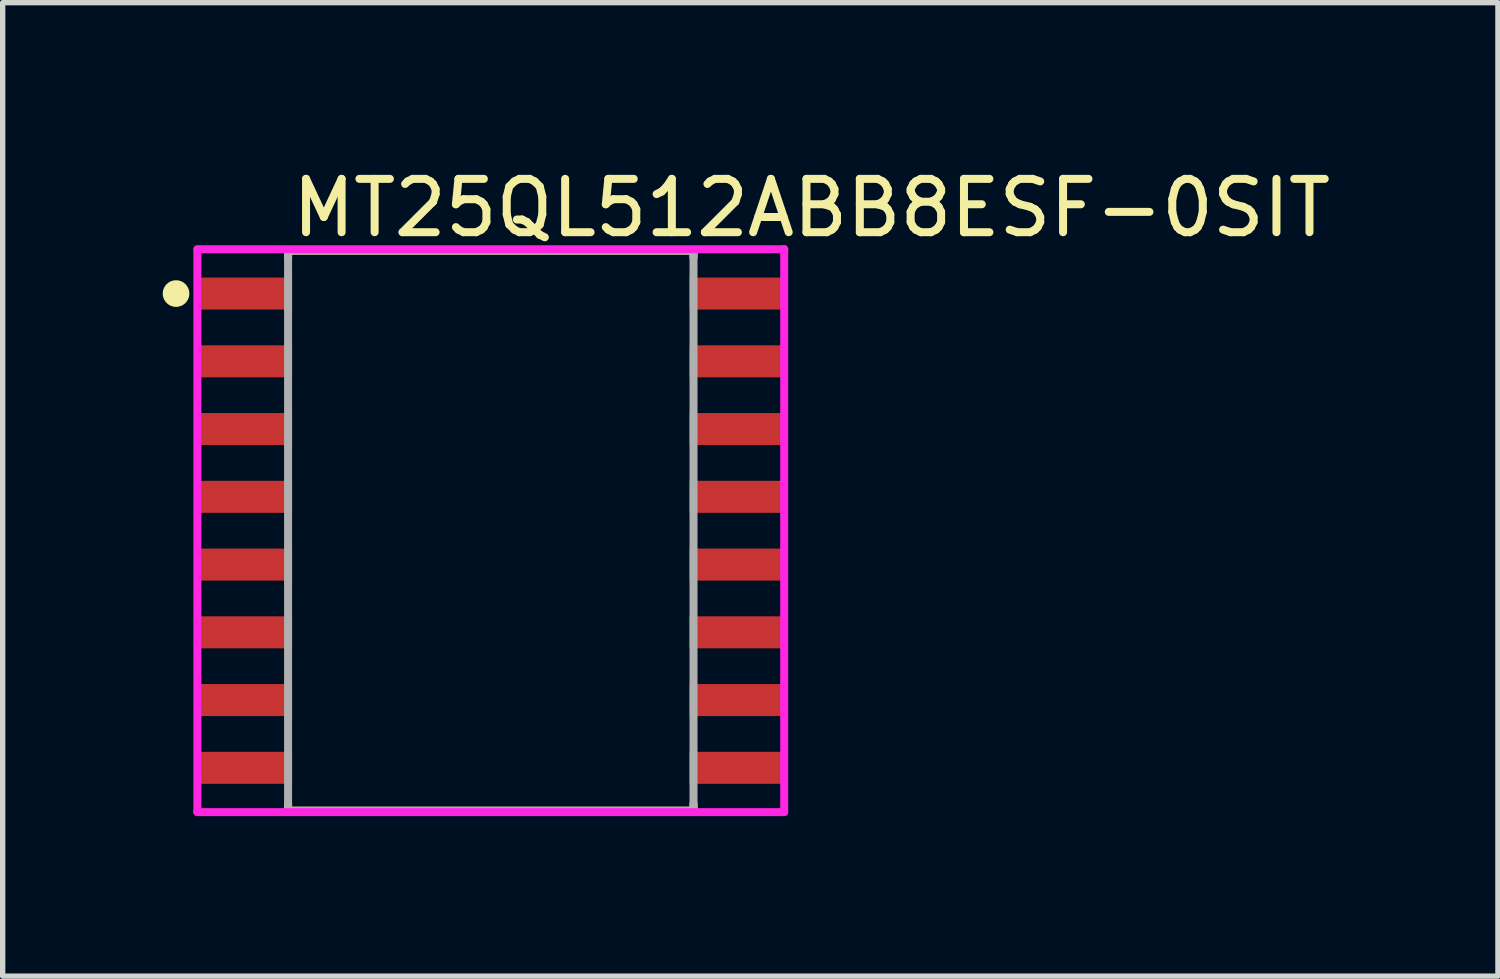
<source format=kicad_pcb>
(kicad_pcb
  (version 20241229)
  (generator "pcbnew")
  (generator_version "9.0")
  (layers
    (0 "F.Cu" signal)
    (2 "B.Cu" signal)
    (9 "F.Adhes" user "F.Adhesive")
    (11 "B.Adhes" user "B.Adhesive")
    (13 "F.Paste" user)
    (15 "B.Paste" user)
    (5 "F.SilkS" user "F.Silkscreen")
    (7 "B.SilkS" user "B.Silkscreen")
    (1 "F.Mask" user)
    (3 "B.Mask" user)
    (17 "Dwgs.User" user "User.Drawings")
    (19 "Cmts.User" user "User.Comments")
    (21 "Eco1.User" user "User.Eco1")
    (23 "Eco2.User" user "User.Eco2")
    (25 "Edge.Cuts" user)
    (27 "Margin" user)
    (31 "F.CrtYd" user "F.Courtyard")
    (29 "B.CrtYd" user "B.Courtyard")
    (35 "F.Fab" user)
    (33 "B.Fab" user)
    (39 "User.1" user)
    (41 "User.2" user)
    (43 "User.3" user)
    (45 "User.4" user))
  (footprint "MT25QL512ABB8ESF-0SIT"
    (layer "F.Cu")
    (at 6.15 6.898)
    (property "Reference" "MT25QL512ABB8ESF-0SIT" (at -3.8 -6.05 0) (layer "F.SilkS") (effects (font (size 1 1) (thickness 0.15)) (justify left)))
    (attr through_hole)
    (fp_line (start -3.8 -5.25) (end 3.8 -5.25) (stroke (width 0.15) (type solid)) (layer "F.SilkS"))
    (fp_line (start -3.8 -5.12) (end -3.8 -5.25) (stroke (width 0.15) (type solid)) (layer "F.SilkS"))
    (fp_line (start -3.8 5.25) (end -3.8 5.12) (stroke (width 0.15) (type solid)) (layer "F.SilkS"))
    (fp_line (start -3.8 5.25) (end 3.8 5.25) (stroke (width 0.15) (type solid)) (layer "F.SilkS"))
    (fp_line (start 3.8 -5.12) (end 3.8 -5.25) (stroke (width 0.15) (type solid)) (layer "F.SilkS"))
    (fp_line (start 3.8 5.25) (end 3.8 5.12) (stroke (width 0.15) (type solid)) (layer "F.SilkS"))
    (fp_circle (center -5.9 -4.445) (end -5.775 -4.445) (stroke (width 0.25) (type solid)) (fill no) (layer "F.SilkS"))
    (fp_line (start -5.5 -5.275) (end -5.5 5.275) (stroke (width 0.15) (type solid)) (layer "F.CrtYd"))
    (fp_line (start -5.5 5.275) (end 5.5 5.275) (stroke (width 0.15) (type solid)) (layer "F.CrtYd"))
    (fp_line (start 5.5 -5.275) (end -5.5 -5.275) (stroke (width 0.15) (type solid)) (layer "F.CrtYd"))
    (fp_line (start 5.5 -5.275) (end 5.5 -5.275) (stroke (width 0.15) (type solid)) (layer "F.CrtYd"))
    (fp_line (start 5.5 5.275) (end 5.5 -5.275) (stroke (width 0.15) (type solid)) (layer "F.CrtYd"))
    (fp_line (start -3.8 -5.25) (end 3.8 -5.25) (stroke (width 0.15) (type solid)) (layer "F.Fab"))
    (fp_line (start -3.8 5.25) (end -3.8 -5.25) (stroke (width 0.15) (type solid)) (layer "F.Fab"))
    (fp_line (start 3.8 -5.25) (end 3.8 5.25) (stroke (width 0.15) (type solid)) (layer "F.Fab"))
    (fp_line (start 3.8 5.25) (end -3.8 5.25) (stroke (width 0.15) (type solid)) (layer "F.Fab"))
    (pad "1" smd rect (at -4.6 -4.445) (size 1.75 0.6) (layers "F.Cu" "F.Mask" "F.Paste"))
    (pad "2" smd rect (at -4.6 -3.175) (size 1.75 0.6) (layers "F.Cu" "F.Mask" "F.Paste"))
    (pad "3" smd rect (at -4.6 -1.905) (size 1.75 0.6) (layers "F.Cu" "F.Mask" "F.Paste"))
    (pad "4" smd rect (at -4.6 -0.635) (size 1.75 0.6) (layers "F.Cu" "F.Mask" "F.Paste"))
    (pad "5" smd rect (at -4.6 0.635) (size 1.75 0.6) (layers "F.Cu" "F.Mask" "F.Paste"))
    (pad "6" smd rect (at -4.6 1.905) (size 1.75 0.6) (layers "F.Cu" "F.Mask" "F.Paste"))
    (pad "7" smd rect (at -4.6 3.175) (size 1.75 0.6) (layers "F.Cu" "F.Mask" "F.Paste"))
    (pad "8" smd rect (at -4.6 4.445) (size 1.75 0.6) (layers "F.Cu" "F.Mask" "F.Paste"))
    (pad "9" smd rect (at 4.6 4.445) (size 1.75 0.6) (layers "F.Cu" "F.Mask" "F.Paste"))
    (pad "10" smd rect (at 4.6 3.175) (size 1.75 0.6) (layers "F.Cu" "F.Mask" "F.Paste"))
    (pad "11" smd rect (at 4.6 1.905) (size 1.75 0.6) (layers "F.Cu" "F.Mask" "F.Paste"))
    (pad "12" smd rect (at 4.6 0.635) (size 1.75 0.6) (layers "F.Cu" "F.Mask" "F.Paste"))
    (pad "13" smd rect (at 4.6 -0.635) (size 1.75 0.6) (layers "F.Cu" "F.Mask" "F.Paste"))
    (pad "14" smd rect (at 4.6 -1.905) (size 1.75 0.6) (layers "F.Cu" "F.Mask" "F.Paste"))
    (pad "15" smd rect (at 4.6 -3.175) (size 1.75 0.6) (layers "F.Cu" "F.Mask" "F.Paste"))
    (pad "16" smd rect (at 4.6 -4.445) (size 1.75 0.6) (layers "F.Cu" "F.Mask" "F.Paste")))
  (gr_rect
    (start -3 -3)
    (end 25.029 15.248)
    (stroke (width 0.1) (type default))
    (fill no)
    (layer "Edge.Cuts")))
</source>
